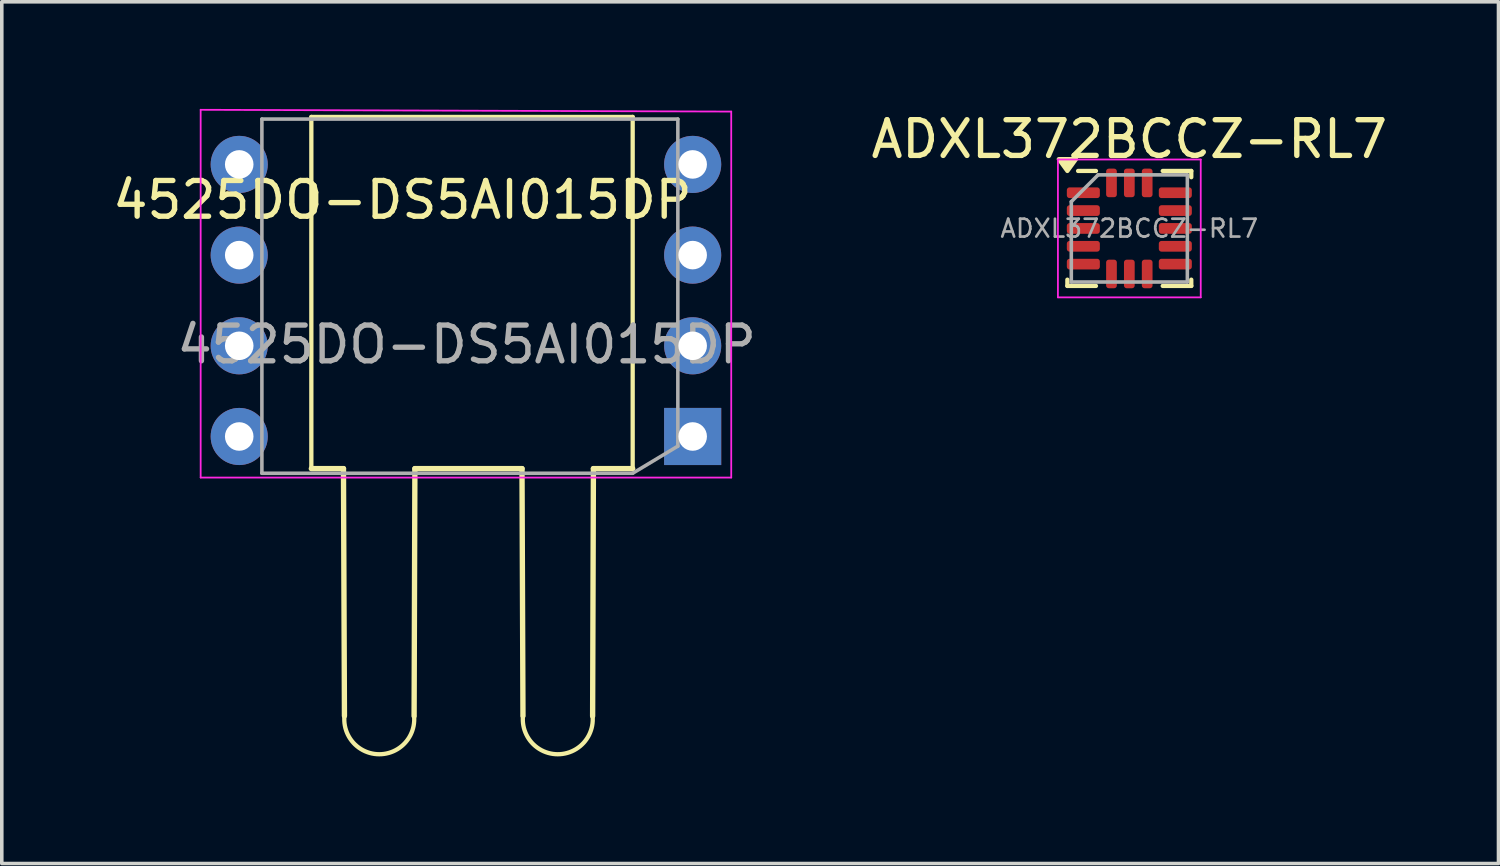
<source format=kicad_pcb>
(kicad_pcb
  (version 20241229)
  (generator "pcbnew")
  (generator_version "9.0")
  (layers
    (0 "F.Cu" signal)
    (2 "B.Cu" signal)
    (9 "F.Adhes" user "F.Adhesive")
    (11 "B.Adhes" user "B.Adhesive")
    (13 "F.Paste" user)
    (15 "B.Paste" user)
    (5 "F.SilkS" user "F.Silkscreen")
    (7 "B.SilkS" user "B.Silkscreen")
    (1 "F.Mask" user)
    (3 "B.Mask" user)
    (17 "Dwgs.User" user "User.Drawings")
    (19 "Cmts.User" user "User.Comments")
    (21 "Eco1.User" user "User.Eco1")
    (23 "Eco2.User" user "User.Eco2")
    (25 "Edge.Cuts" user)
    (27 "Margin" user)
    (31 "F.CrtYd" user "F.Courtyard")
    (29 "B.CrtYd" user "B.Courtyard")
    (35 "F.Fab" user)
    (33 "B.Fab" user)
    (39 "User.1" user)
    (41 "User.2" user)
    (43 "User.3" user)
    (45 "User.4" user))
  (footprint "4525DO-DS5AI015DP"
    (layer "F.Cu")
    (at 2.57 10.325)
    (property "Reference" "4525DO-DS5AI015DP" (at 5.65 -7.775 180) (layer "F.SilkS") (effects (font (size 1 1) (thickness 0.15))))
    (attr through_hole)
    (fp_line (start 3.1 -10.1) (end 3.1 -0.25) (stroke (width 0.12) (type solid)) (layer "F.SilkS"))
    (fp_line (start 3.1 -0.25) (end 4 -0.25) (stroke (width 0.15) (type default)) (layer "F.SilkS"))
    (fp_line (start 4.027 6.675) (end 4 -0.25) (stroke (width 0.15) (type default)) (layer "F.SilkS"))
    (fp_line (start 5.978 6.68) (end 6 -0.25) (stroke (width 0.15) (type default)) (layer "F.SilkS"))
    (fp_line (start 9 -0.25) (end 6 -0.25) (stroke (width 0.15) (type default)) (layer "F.SilkS"))
    (fp_line (start 9.027 6.675) (end 9 -0.25) (stroke (width 0.15) (type default)) (layer "F.SilkS"))
    (fp_line (start 10.978 6.68) (end 11 -0.25) (stroke (width 0.15) (type default)) (layer "F.SilkS"))
    (fp_line (start 11 -0.25) (end 12.1 -0.25) (stroke (width 0.15) (type default)) (layer "F.SilkS"))
    (fp_line (start 12.1 -10.1) (end 3.1 -10.1) (stroke (width 0.12) (type solid)) (layer "F.SilkS"))
    (fp_line (start 12.1 -0.25) (end 12.1 -10.1) (stroke (width 0.12) (type solid)) (layer "F.SilkS"))
    (fp_arc (start 5.977743 6.67998) (mid 5 7.75) (end 4.027307 6.675386) (stroke (width 0.12) (type solid)) (layer "F.SilkS"))
    (fp_arc (start 10.977743 6.67998) (mid 10 7.75) (end 9.027307 6.675386) (stroke (width 0.12) (type solid)) (layer "F.SilkS"))
    (fp_line (start 0 -10.3) (end 0 0) (stroke (width 0.05) (type solid)) (layer "F.CrtYd"))
    (fp_line (start 0 0) (end 14.86 0) (stroke (width 0.05) (type solid)) (layer "F.CrtYd"))
    (fp_line (start 14.86 -10.25) (end 0 -10.3) (stroke (width 0.05) (type solid)) (layer "F.CrtYd"))
    (fp_line (start 14.86 0) (end 14.86 -10.25) (stroke (width 0.05) (type solid)) (layer "F.CrtYd"))
    (fp_line (start 1.715 -10.04) (end 13.365 -10.04) (stroke (width 0.1) (type solid)) (layer "F.Fab"))
    (fp_line (start 1.715 -0.12) (end 1.715 -10.04) (stroke (width 0.1) (type solid)) (layer "F.Fab"))
    (fp_line (start 12.1 -0.12) (end 1.715 -0.12) (stroke (width 0.1) (type solid)) (layer "F.Fab"))
    (fp_line (start 13.365 -10.04) (end 13.365 -0.88) (stroke (width 0.1) (type solid)) (layer "F.Fab"))
    (fp_line (start 13.365 -0.88) (end 12.1 -0.12) (stroke (width 0.1) (type solid)) (layer "F.Fab"))
    (fp_text user "${REFERENCE}" (at 7.45 -3.725 180) (layer "F.Fab") (effects (font (size 1 1) (thickness 0.15))))
    (pad "1" thru_hole rect (at 13.78 -1.15 180) (size 1.6 1.6) (drill 0.8) (layers "*.Cu" "*.Mask"))
    (pad "2" thru_hole oval (at 13.78 -3.69 180) (size 1.6 1.6) (drill 0.8) (layers "*.Cu" "*.Mask"))
    (pad "3" thru_hole oval (at 13.78 -6.23 180) (size 1.6 1.6) (drill 0.8) (layers "*.Cu" "*.Mask"))
    (pad "4" thru_hole oval (at 13.78 -8.77 180) (size 1.6 1.6) (drill 0.8) (layers "*.Cu" "*.Mask"))
    (pad "5" thru_hole oval (at 1.08 -8.77 180) (size 1.6 1.6) (drill 0.8) (layers "*.Cu" "*.Mask"))
    (pad "6" thru_hole oval (at 1.08 -6.23 180) (size 1.6 1.6) (drill 0.8) (layers "*.Cu" "*.Mask"))
    (pad "7" thru_hole oval (at 1.08 -3.69 180) (size 1.6 1.6) (drill 0.8) (layers "*.Cu" "*.Mask"))
    (pad "8" thru_hole oval (at 1.08 -1.15 180) (size 1.6 1.6) (drill 0.8) (layers "*.Cu" "*.Mask")))
  (footprint "ADXL372BCCZ-RL7"
    (layer "F.Cu")
    (at 28.58 3.348)
    (property "Reference" "ADXL372BCCZ-RL7" (at 0 -2.5 0) (layer "F.SilkS") (effects (font (size 1 1) (thickness 0.15))))
    (attr smd)
    (fp_line (start -1.735 1.61) (end -1.735 1.435) (stroke (width 0.12) (type solid)) (layer "F.SilkS"))
    (fp_line (start -0.935 -1.61) (end -1.435 -1.61) (stroke (width 0.12) (type solid)) (layer "F.SilkS"))
    (fp_line (start -0.935 1.61) (end -1.735 1.61) (stroke (width 0.12) (type solid)) (layer "F.SilkS"))
    (fp_line (start 0.935 -1.61) (end 1.735 -1.61) (stroke (width 0.12) (type solid)) (layer "F.SilkS"))
    (fp_line (start 0.935 1.61) (end 1.735 1.61) (stroke (width 0.12) (type solid)) (layer "F.SilkS"))
    (fp_line (start 1.735 -1.61) (end 1.735 -1.435) (stroke (width 0.12) (type solid)) (layer "F.SilkS"))
    (fp_line (start 1.735 1.61) (end 1.735 1.435) (stroke (width 0.12) (type solid)) (layer "F.SilkS"))
    (fp_poly (pts (xy -1.735 -1.61) (xy -1.975 -1.94) (xy -1.495 -1.94) (xy -1.735 -1.61)) (stroke (width 0.12) (type solid)) (fill yes) (layer "F.SilkS"))
    (fp_line (start -2 -1.93) (end -2 1.93) (stroke (width 0.05) (type solid)) (layer "F.CrtYd"))
    (fp_line (start -2 1.93) (end 2 1.93) (stroke (width 0.05) (type solid)) (layer "F.CrtYd"))
    (fp_line (start 2 -1.93) (end -2 -1.93) (stroke (width 0.05) (type solid)) (layer "F.CrtYd"))
    (fp_line (start 2 1.93) (end 2 -1.93) (stroke (width 0.05) (type solid)) (layer "F.CrtYd"))
    (fp_line (start -1.625 -0.75) (end -0.875 -1.5) (stroke (width 0.1) (type solid)) (layer "F.Fab"))
    (fp_line (start -1.625 1.5) (end -1.625 -0.75) (stroke (width 0.1) (type solid)) (layer "F.Fab"))
    (fp_line (start -0.875 -1.5) (end 1.625 -1.5) (stroke (width 0.1) (type solid)) (layer "F.Fab"))
    (fp_line (start 1.625 -1.5) (end 1.625 1.5) (stroke (width 0.1) (type solid)) (layer "F.Fab"))
    (fp_line (start 1.625 1.5) (end -1.625 1.5) (stroke (width 0.1) (type solid)) (layer "F.Fab"))
    (fp_text user "${REFERENCE}" (at 0 0 0) (layer "F.Fab") (effects (font (size 0.5 0.5) (thickness 0.075))))
    (pad "1" smd roundrect (at -1.288 -1) (size 0.925 0.3) (layers "F.Cu" "F.Mask" "F.Paste") (roundrect_rratio 0.25))
    (pad "2" smd roundrect (at -1.288 -0.5) (size 0.925 0.3) (layers "F.Cu" "F.Mask" "F.Paste") (roundrect_rratio 0.25))
    (pad "3" smd roundrect (at -1.288 0) (size 0.925 0.3) (layers "F.Cu" "F.Mask" "F.Paste") (roundrect_rratio 0.25))
    (pad "4" smd roundrect (at -1.288 0.5) (size 0.925 0.3) (layers "F.Cu" "F.Mask" "F.Paste") (roundrect_rratio 0.25))
    (pad "5" smd roundrect (at -1.288 1) (size 0.925 0.3) (layers "F.Cu" "F.Mask" "F.Paste") (roundrect_rratio 0.25))
    (pad "6" smd roundrect (at -0.5 1.275) (size 0.3 0.8) (layers "F.Cu" "F.Mask" "F.Paste") (roundrect_rratio 0.25))
    (pad "7" smd roundrect (at 0 1.275) (size 0.3 0.8) (layers "F.Cu" "F.Mask" "F.Paste") (roundrect_rratio 0.25))
    (pad "8" smd roundrect (at 0.5 1.275) (size 0.3 0.8) (layers "F.Cu" "F.Mask" "F.Paste") (roundrect_rratio 0.25))
    (pad "9" smd roundrect (at 1.288 1) (size 0.925 0.3) (layers "F.Cu" "F.Mask" "F.Paste") (roundrect_rratio 0.25))
    (pad "10" smd roundrect (at 1.288 0.5) (size 0.925 0.3) (layers "F.Cu" "F.Mask" "F.Paste") (roundrect_rratio 0.25))
    (pad "11" smd roundrect (at 1.288 0) (size 0.925 0.3) (layers "F.Cu" "F.Mask" "F.Paste") (roundrect_rratio 0.25))
    (pad "12" smd roundrect (at 1.288 -0.5) (size 0.925 0.3) (layers "F.Cu" "F.Mask" "F.Paste") (roundrect_rratio 0.25))
    (pad "13" smd roundrect (at 1.288 -1) (size 0.925 0.3) (layers "F.Cu" "F.Mask" "F.Paste") (roundrect_rratio 0.25))
    (pad "14" smd roundrect (at 0.5 -1.275) (size 0.3 0.8) (layers "F.Cu" "F.Mask" "F.Paste") (roundrect_rratio 0.25))
    (pad "15" smd roundrect (at 0 -1.275) (size 0.3 0.8) (layers "F.Cu" "F.Mask" "F.Paste") (roundrect_rratio 0.25))
    (pad "16" smd roundrect (at -0.5 -1.275) (size 0.3 0.8) (layers "F.Cu" "F.Mask" "F.Paste") (roundrect_rratio 0.25)))
  (gr_rect
    (start -3 -3)
    (end 38.919 21.135)
    (stroke (width 0.1) (type default))
    (fill no)
    (layer "Edge.Cuts")))
</source>
